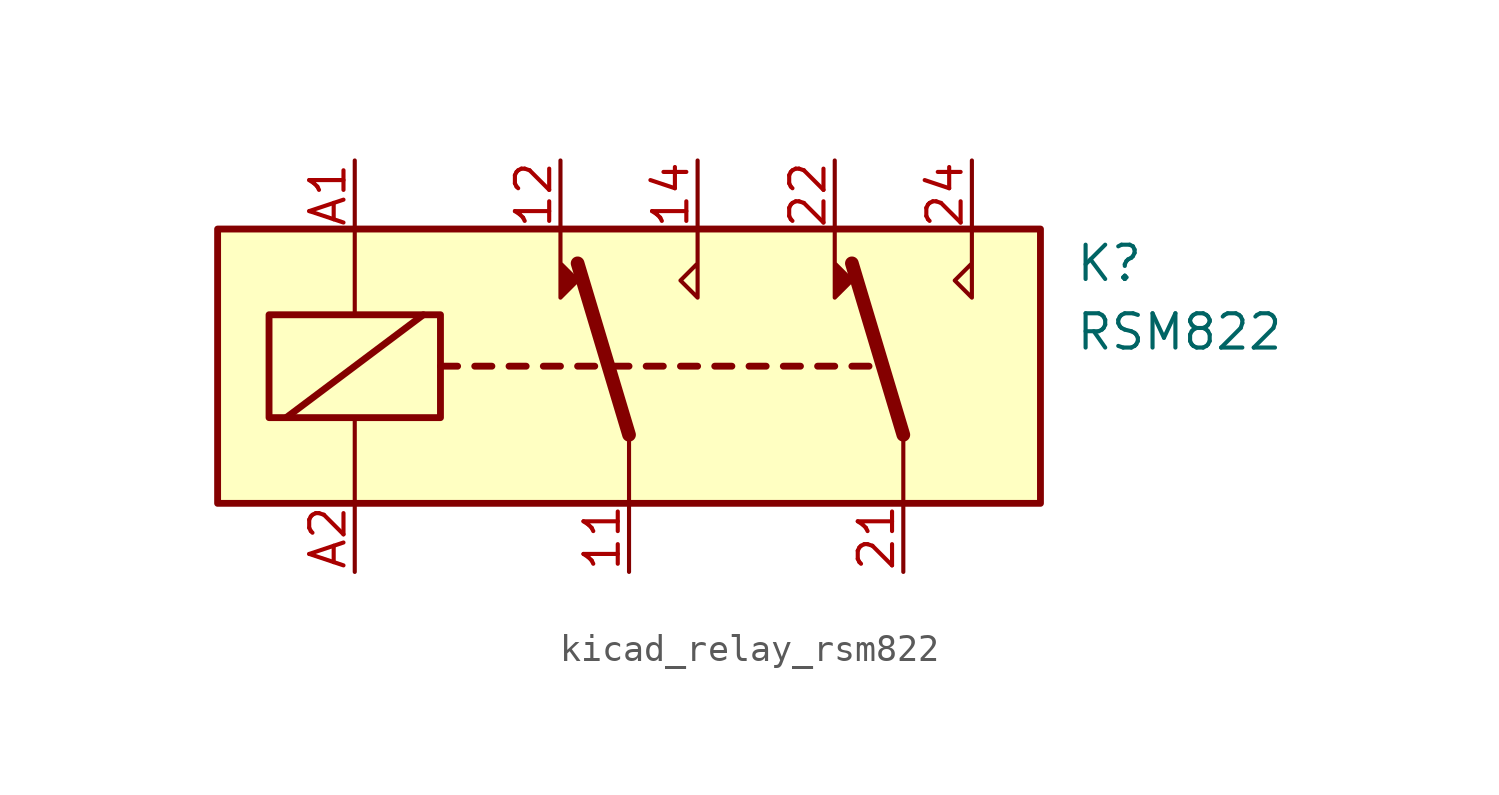
<source format=kicad_sym>
(kicad_symbol_lib
  (version 20220914)
  (generator kicad_symbol_editor)
  (symbol "kicad_relay_rsm822"
    (property "Reference" "K"
      (at 16.51 3.81 0)
      (effects (font (size 1.27 1.27)) (justify left)))
    (property "Value" "RSM822"
      (at 16.51 1.27 0)
      (effects (font (size 1.27 1.27)) (justify left)))
    (symbol "kicad_relay_rsm822_0_1"
      (rectangle (start -15.24 5.08) (end 15.24 -5.08) (stroke (width 0.254) (type default)) (fill (type background)))
      (rectangle (start -13.335 1.905) (end -6.985 -1.905) (stroke (width 0.254) (type default)) (fill (type none)))
      (polyline (pts (xy -12.7 -1.905) (xy -7.62 1.905)) (stroke (width 0.254) (type default)) (fill (type none)))
      (polyline (pts (xy -10.16 -5.08) (xy -10.16 -1.905)) (stroke (width 0) (type default)) (fill (type none)))
      (polyline (pts (xy -10.16 5.08) (xy -10.16 1.905)) (stroke (width 0) (type default)) (fill (type none)))
      (polyline (pts (xy -6.985 0) (xy -6.35 0)) (stroke (width 0.254) (type default)) (fill (type none)))
      (polyline (pts (xy -5.715 0) (xy -5.08 0)) (stroke (width 0.254) (type default)) (fill (type none)))
      (polyline (pts (xy -4.445 0) (xy -3.81 0)) (stroke (width 0.254) (type default)) (fill (type none)))
      (polyline (pts (xy -3.175 0) (xy -2.54 0)) (stroke (width 0.254) (type default)) (fill (type none)))
      (polyline (pts (xy -1.905 0) (xy -1.27 0)) (stroke (width 0.254) (type default)) (fill (type none)))
      (polyline (pts (xy -0.635 0) (xy 0 0)) (stroke (width 0.254) (type default)) (fill (type none)))
      (polyline (pts (xy 0 -2.54) (xy -1.905 3.81)) (stroke (width 0.508) (type default)) (fill (type none)))
      (polyline (pts (xy 0 -2.54) (xy 0 -5.08)) (stroke (width 0) (type default)) (fill (type none)))
      (polyline (pts (xy 0.635 0) (xy 1.27 0)) (stroke (width 0.254) (type default)) (fill (type none)))
      (polyline (pts (xy 1.905 0) (xy 2.54 0)) (stroke (width 0.254) (type default)) (fill (type none)))
      (polyline (pts (xy 3.175 0) (xy 3.81 0)) (stroke (width 0.254) (type default)) (fill (type none)))
      (polyline (pts (xy 4.445 0) (xy 5.08 0)) (stroke (width 0.254) (type default)) (fill (type none)))
      (polyline (pts (xy 5.715 0) (xy 6.35 0)) (stroke (width 0.254) (type default)) (fill (type none)))
      (polyline (pts (xy 6.985 0) (xy 7.62 0)) (stroke (width 0.254) (type default)) (fill (type none)))
      (polyline (pts (xy 8.255 0) (xy 8.89 0)) (stroke (width 0.254) (type default)) (fill (type none)))
      (polyline (pts (xy 10.16 -2.54) (xy 8.255 3.81)) (stroke (width 0.508) (type default)) (fill (type none)))
      (polyline (pts (xy 10.16 -2.54) (xy 10.16 -5.08)) (stroke (width 0) (type default)) (fill (type none)))
      (polyline (pts (xy -2.54 5.08) (xy -2.54 2.54) (xy -1.905 3.175) (xy -2.54 3.81)) (stroke (width 0) (type default)) (fill (type outline)))
      (polyline (pts (xy 2.54 5.08) (xy 2.54 2.54) (xy 1.905 3.175) (xy 2.54 3.81)) (stroke (width 0) (type default)) (fill (type none)))
      (polyline (pts (xy 7.62 5.08) (xy 7.62 2.54) (xy 8.255 3.175) (xy 7.62 3.81)) (stroke (width 0) (type default)) (fill (type outline)))
      (polyline (pts (xy 12.7 5.08) (xy 12.7 2.54) (xy 12.065 3.175) (xy 12.7 3.81)) (stroke (width 0) (type default)) (fill (type none))))
    (symbol "kicad_relay_rsm822_1_1"
      (pin passive line (at 0 -7.62 90) (length 2.54) (name "~" (effects (font (size 1.27 1.27)))) (number "11" (effects (font (size 1.27 1.27)))))
      (pin passive line (at -2.54 7.62 270) (length 2.54) (name "~" (effects (font (size 1.27 1.27)))) (number "12" (effects (font (size 1.27 1.27)))))
      (pin passive line (at 2.54 7.62 270) (length 2.54) (name "~" (effects (font (size 1.27 1.27)))) (number "14" (effects (font (size 1.27 1.27)))))
      (pin passive line (at 10.16 -7.62 90) (length 2.54) (name "~" (effects (font (size 1.27 1.27)))) (number "21" (effects (font (size 1.27 1.27)))))
      (pin passive line (at 7.62 7.62 270) (length 2.54) (name "~" (effects (font (size 1.27 1.27)))) (number "22" (effects (font (size 1.27 1.27)))))
      (pin passive line (at 12.7 7.62 270) (length 2.54) (name "~" (effects (font (size 1.27 1.27)))) (number "24" (effects (font (size 1.27 1.27)))))
      (pin passive line (at -10.16 7.62 270) (length 2.54) (name "~" (effects (font (size 1.27 1.27)))) (number "A1" (effects (font (size 1.27 1.27)))))
      (pin passive line (at -10.16 -7.62 90) (length 2.54) (name "~" (effects (font (size 1.27 1.27)))) (number "A2" (effects (font (size 1.27 1.27))))))))
</source>
